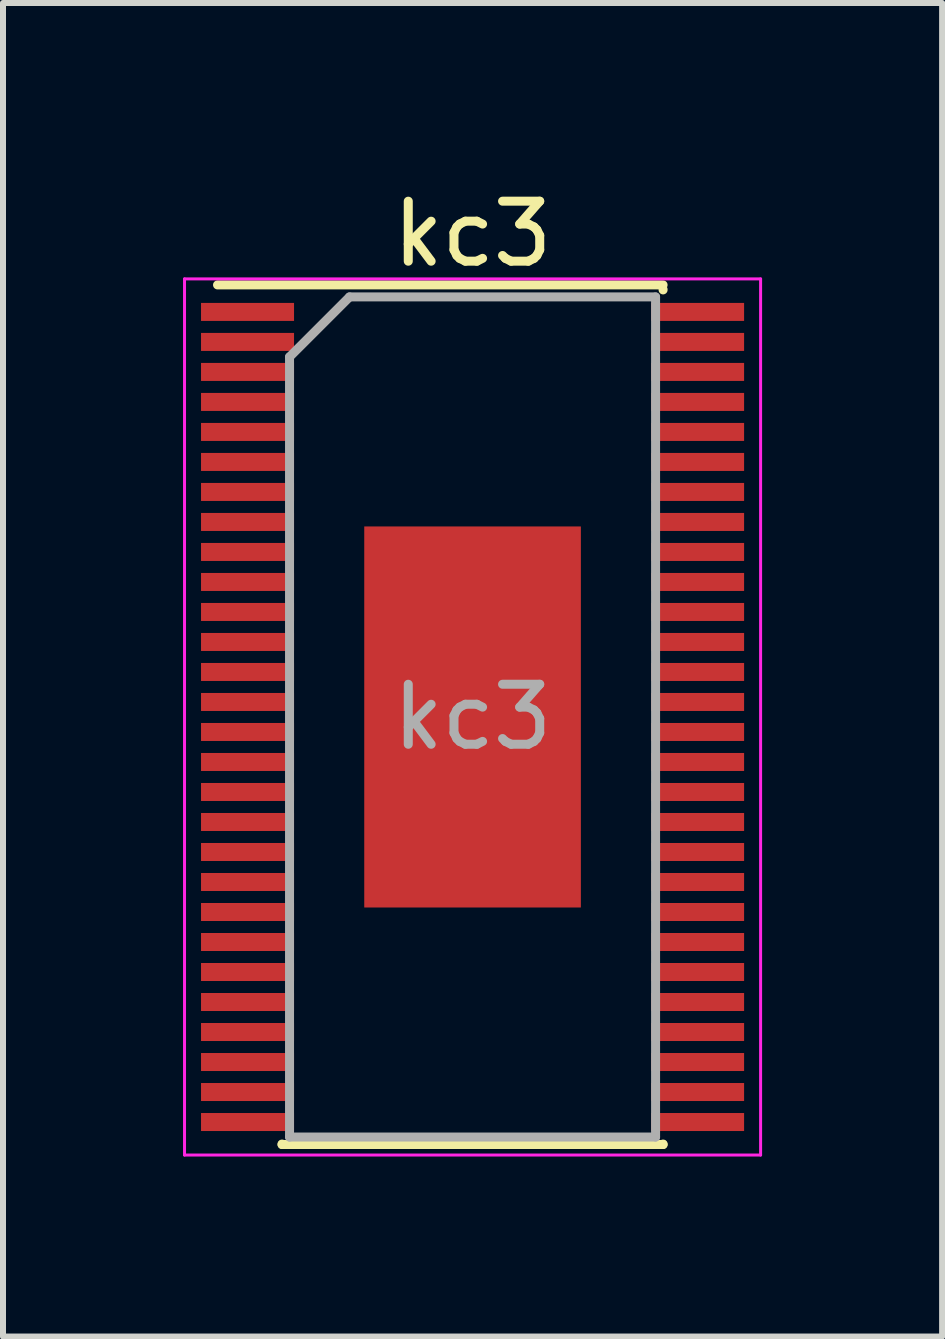
<source format=kicad_pcb>
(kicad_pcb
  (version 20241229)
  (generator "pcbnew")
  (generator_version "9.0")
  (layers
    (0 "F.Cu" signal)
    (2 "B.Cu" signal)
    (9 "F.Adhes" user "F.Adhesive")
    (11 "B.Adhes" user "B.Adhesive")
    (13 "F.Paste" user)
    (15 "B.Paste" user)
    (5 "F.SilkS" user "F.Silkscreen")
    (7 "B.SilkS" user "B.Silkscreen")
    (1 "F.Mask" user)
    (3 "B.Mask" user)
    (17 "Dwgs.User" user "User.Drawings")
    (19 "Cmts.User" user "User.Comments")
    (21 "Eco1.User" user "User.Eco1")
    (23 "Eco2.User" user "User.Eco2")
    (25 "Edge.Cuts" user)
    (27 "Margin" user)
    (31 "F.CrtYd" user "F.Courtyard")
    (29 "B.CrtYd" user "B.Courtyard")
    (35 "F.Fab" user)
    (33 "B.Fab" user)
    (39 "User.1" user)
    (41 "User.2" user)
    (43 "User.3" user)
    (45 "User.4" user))
  (footprint "kc3"
    (layer "F.Cu")
    (at 4.825 8.898)
    (property "Reference" "kc3" (at 0 -8.05 0) (layer "F.SilkS") (effects (font (size 1 1) (thickness 0.15))))
    (attr smd)
    (fp_line (start -4.25 -7.2) (end 3.175 -7.2) (stroke (width 0.15) (type solid)) (layer "F.SilkS"))
    (fp_line (start -3.175 7.125) (end -3.175 7.117) (stroke (width 0.15) (type solid)) (layer "F.SilkS"))
    (fp_line (start -3.175 7.125) (end 3.175 7.125) (stroke (width 0.15) (type solid)) (layer "F.SilkS"))
    (fp_line (start 3.175 -7.125) (end 3.175 -7.117) (stroke (width 0.15) (type solid)) (layer "F.SilkS"))
    (fp_line (start 3.175 7.125) (end 3.175 7.117) (stroke (width 0.15) (type solid)) (layer "F.SilkS"))
    (fp_line (start -4.8 -7.3) (end -4.8 7.3) (stroke (width 0.05) (type solid)) (layer "F.CrtYd"))
    (fp_line (start -4.8 -7.3) (end 4.8 -7.3) (stroke (width 0.05) (type solid)) (layer "F.CrtYd"))
    (fp_line (start -4.8 7.3) (end 4.8 7.3) (stroke (width 0.05) (type solid)) (layer "F.CrtYd"))
    (fp_line (start 4.8 -7.3) (end 4.8 7.3) (stroke (width 0.05) (type solid)) (layer "F.CrtYd"))
    (fp_line (start -3.05 -6) (end -2.05 -7) (stroke (width 0.15) (type solid)) (layer "F.Fab"))
    (fp_line (start -3.05 7) (end -3.05 -6) (stroke (width 0.15) (type solid)) (layer "F.Fab"))
    (fp_line (start -2.05 -7) (end 3.05 -7) (stroke (width 0.15) (type solid)) (layer "F.Fab"))
    (fp_line (start 3.05 -7) (end 3.05 7) (stroke (width 0.15) (type solid)) (layer "F.Fab"))
    (fp_line (start 3.05 7) (end -3.05 7) (stroke (width 0.15) (type solid)) (layer "F.Fab"))
    (fp_text user "${REFERENCE}" (at 0 0 0) (layer "F.Fab") (effects (font (size 1 1) (thickness 0.15))))
    (pad "" smd rect (at -1.203 -2.54) (size 0.96 1.03) (layers "F.Paste"))
    (pad "" smd rect (at -1.203 -1.27) (size 0.96 1.03) (layers "F.Paste"))
    (pad "" smd rect (at -1.203 0) (size 0.96 1.03) (layers "F.Paste"))
    (pad "" smd rect (at -1.203 1.27) (size 0.96 1.03) (layers "F.Paste"))
    (pad "" smd rect (at -1.203 2.54) (size 0.96 1.03) (layers "F.Paste"))
    (pad "" smd rect (at 0 -2.54) (size 0.96 1.03) (layers "F.Paste"))
    (pad "" smd rect (at 0 -1.27) (size 0.96 1.03) (layers "F.Paste"))
    (pad "" smd rect (at 0 0) (size 0.96 1.03) (layers "F.Paste"))
    (pad "" smd rect (at 0 1.27) (size 0.96 1.03) (layers "F.Paste"))
    (pad "" smd rect (at 0 2.54) (size 0.96 1.03) (layers "F.Paste"))
    (pad "" smd rect (at 1.203 -2.54) (size 0.96 1.03) (layers "F.Paste"))
    (pad "" smd rect (at 1.203 -1.27) (size 0.96 1.03) (layers "F.Paste"))
    (pad "" smd rect (at 1.203 0) (size 0.96 1.03) (layers "F.Paste"))
    (pad "" smd rect (at 1.203 1.27) (size 0.96 1.03) (layers "F.Paste"))
    (pad "" smd rect (at 1.203 2.54) (size 0.96 1.03) (layers "F.Paste"))
    (pad "1" smd rect (at -3.75 -6.75) (size 1.55 0.3) (layers "F.Cu" "F.Mask" "F.Paste"))
    (pad "2" smd rect (at -3.75 -6.25) (size 1.55 0.3) (layers "F.Cu" "F.Mask" "F.Paste"))
    (pad "3" smd rect (at -3.75 -5.75) (size 1.55 0.3) (layers "F.Cu" "F.Mask" "F.Paste"))
    (pad "4" smd rect (at -3.75 -5.25) (size 1.55 0.3) (layers "F.Cu" "F.Mask" "F.Paste"))
    (pad "5" smd rect (at -3.75 -4.75) (size 1.55 0.3) (layers "F.Cu" "F.Mask" "F.Paste"))
    (pad "6" smd rect (at -3.75 -4.25) (size 1.55 0.3) (layers "F.Cu" "F.Mask" "F.Paste"))
    (pad "7" smd rect (at -3.75 -3.75) (size 1.55 0.3) (layers "F.Cu" "F.Mask" "F.Paste"))
    (pad "8" smd rect (at -3.75 -3.25) (size 1.55 0.3) (layers "F.Cu" "F.Mask" "F.Paste"))
    (pad "9" smd rect (at -3.75 -2.75) (size 1.55 0.3) (layers "F.Cu" "F.Mask" "F.Paste"))
    (pad "10" smd rect (at -3.75 -2.25) (size 1.55 0.3) (layers "F.Cu" "F.Mask" "F.Paste"))
    (pad "11" smd rect (at -3.75 -1.75) (size 1.55 0.3) (layers "F.Cu" "F.Mask" "F.Paste"))
    (pad "12" smd rect (at -3.75 -1.25) (size 1.55 0.3) (layers "F.Cu" "F.Mask" "F.Paste"))
    (pad "13" smd rect (at -3.75 -0.75) (size 1.55 0.3) (layers "F.Cu" "F.Mask" "F.Paste"))
    (pad "14" smd rect (at -3.75 -0.25) (size 1.55 0.3) (layers "F.Cu" "F.Mask" "F.Paste"))
    (pad "15" smd rect (at -3.75 0.25) (size 1.55 0.3) (layers "F.Cu" "F.Mask" "F.Paste"))
    (pad "16" smd rect (at -3.75 0.75) (size 1.55 0.3) (layers "F.Cu" "F.Mask" "F.Paste"))
    (pad "17" smd rect (at -3.75 1.25) (size 1.55 0.3) (layers "F.Cu" "F.Mask" "F.Paste"))
    (pad "18" smd rect (at -3.75 1.75) (size 1.55 0.3) (layers "F.Cu" "F.Mask" "F.Paste"))
    (pad "19" smd rect (at -3.75 2.25) (size 1.55 0.3) (layers "F.Cu" "F.Mask" "F.Paste"))
    (pad "20" smd rect (at -3.75 2.75) (size 1.55 0.3) (layers "F.Cu" "F.Mask" "F.Paste"))
    (pad "21" smd rect (at -3.75 3.25) (size 1.55 0.3) (layers "F.Cu" "F.Mask" "F.Paste"))
    (pad "22" smd rect (at -3.75 3.75) (size 1.55 0.3) (layers "F.Cu" "F.Mask" "F.Paste"))
    (pad "23" smd rect (at -3.75 4.25) (size 1.55 0.3) (layers "F.Cu" "F.Mask" "F.Paste"))
    (pad "24" smd rect (at -3.75 4.75) (size 1.55 0.3) (layers "F.Cu" "F.Mask" "F.Paste"))
    (pad "25" smd rect (at -3.75 5.25) (size 1.55 0.3) (layers "F.Cu" "F.Mask" "F.Paste"))
    (pad "26" smd rect (at -3.75 5.75) (size 1.55 0.3) (layers "F.Cu" "F.Mask" "F.Paste"))
    (pad "27" smd rect (at -3.75 6.25) (size 1.55 0.3) (layers "F.Cu" "F.Mask" "F.Paste"))
    (pad "28" smd rect (at -3.75 6.75) (size 1.55 0.3) (layers "F.Cu" "F.Mask" "F.Paste"))
    (pad "29" smd rect (at 3.75 6.75) (size 1.55 0.3) (layers "F.Cu" "F.Mask" "F.Paste"))
    (pad "30" smd rect (at 3.75 6.25) (size 1.55 0.3) (layers "F.Cu" "F.Mask" "F.Paste"))
    (pad "31" smd rect (at 3.75 5.75) (size 1.55 0.3) (layers "F.Cu" "F.Mask" "F.Paste"))
    (pad "32" smd rect (at 3.75 5.25) (size 1.55 0.3) (layers "F.Cu" "F.Mask" "F.Paste"))
    (pad "33" smd rect (at 3.75 4.75) (size 1.55 0.3) (layers "F.Cu" "F.Mask" "F.Paste"))
    (pad "34" smd rect (at 3.75 4.25) (size 1.55 0.3) (layers "F.Cu" "F.Mask" "F.Paste"))
    (pad "35" smd rect (at 3.75 3.75) (size 1.55 0.3) (layers "F.Cu" "F.Mask" "F.Paste"))
    (pad "36" smd rect (at 3.75 3.25) (size 1.55 0.3) (layers "F.Cu" "F.Mask" "F.Paste"))
    (pad "37" smd rect (at 3.75 2.75) (size 1.55 0.3) (layers "F.Cu" "F.Mask" "F.Paste"))
    (pad "38" smd rect (at 3.75 2.25) (size 1.55 0.3) (layers "F.Cu" "F.Mask" "F.Paste"))
    (pad "39" smd rect (at 3.75 1.75) (size 1.55 0.3) (layers "F.Cu" "F.Mask" "F.Paste"))
    (pad "40" smd rect (at 3.75 1.25) (size 1.55 0.3) (layers "F.Cu" "F.Mask" "F.Paste"))
    (pad "41" smd rect (at 3.75 0.75) (size 1.55 0.3) (layers "F.Cu" "F.Mask" "F.Paste"))
    (pad "42" smd rect (at 3.75 0.25) (size 1.55 0.3) (layers "F.Cu" "F.Mask" "F.Paste"))
    (pad "43" smd rect (at 3.75 -0.25) (size 1.55 0.3) (layers "F.Cu" "F.Mask" "F.Paste"))
    (pad "44" smd rect (at 3.75 -0.75) (size 1.55 0.3) (layers "F.Cu" "F.Mask" "F.Paste"))
    (pad "45" smd rect (at 3.75 -1.25) (size 1.55 0.3) (layers "F.Cu" "F.Mask" "F.Paste"))
    (pad "46" smd rect (at 3.75 -1.75) (size 1.55 0.3) (layers "F.Cu" "F.Mask" "F.Paste"))
    (pad "47" smd rect (at 3.75 -2.25) (size 1.55 0.3) (layers "F.Cu" "F.Mask" "F.Paste"))
    (pad "48" smd rect (at 3.75 -2.75) (size 1.55 0.3) (layers "F.Cu" "F.Mask" "F.Paste"))
    (pad "49" smd rect (at 3.75 -3.25) (size 1.55 0.3) (layers "F.Cu" "F.Mask" "F.Paste"))
    (pad "50" smd rect (at 3.75 -3.75) (size 1.55 0.3) (layers "F.Cu" "F.Mask" "F.Paste"))
    (pad "51" smd rect (at 3.75 -4.25) (size 1.55 0.3) (layers "F.Cu" "F.Mask" "F.Paste"))
    (pad "52" smd rect (at 3.75 -4.75) (size 1.55 0.3) (layers "F.Cu" "F.Mask" "F.Paste"))
    (pad "53" smd rect (at 3.75 -5.25) (size 1.55 0.3) (layers "F.Cu" "F.Mask" "F.Paste"))
    (pad "54" smd rect (at 3.75 -5.75) (size 1.55 0.3) (layers "F.Cu" "F.Mask" "F.Paste"))
    (pad "55" smd rect (at 3.75 -6.25) (size 1.55 0.3) (layers "F.Cu" "F.Mask" "F.Paste"))
    (pad "56" smd rect (at 3.75 -6.75) (size 1.55 0.3) (layers "F.Cu" "F.Mask" "F.Paste"))
    (pad "57" smd rect (at 0 0) (size 3.61 6.35) (layers "F.Cu" "F.Mask")))
  (gr_rect
    (start -3 -3)
    (end 12.65 19.223)
    (stroke (width 0.1) (type default))
    (fill no)
    (layer "Edge.Cuts")))
</source>
